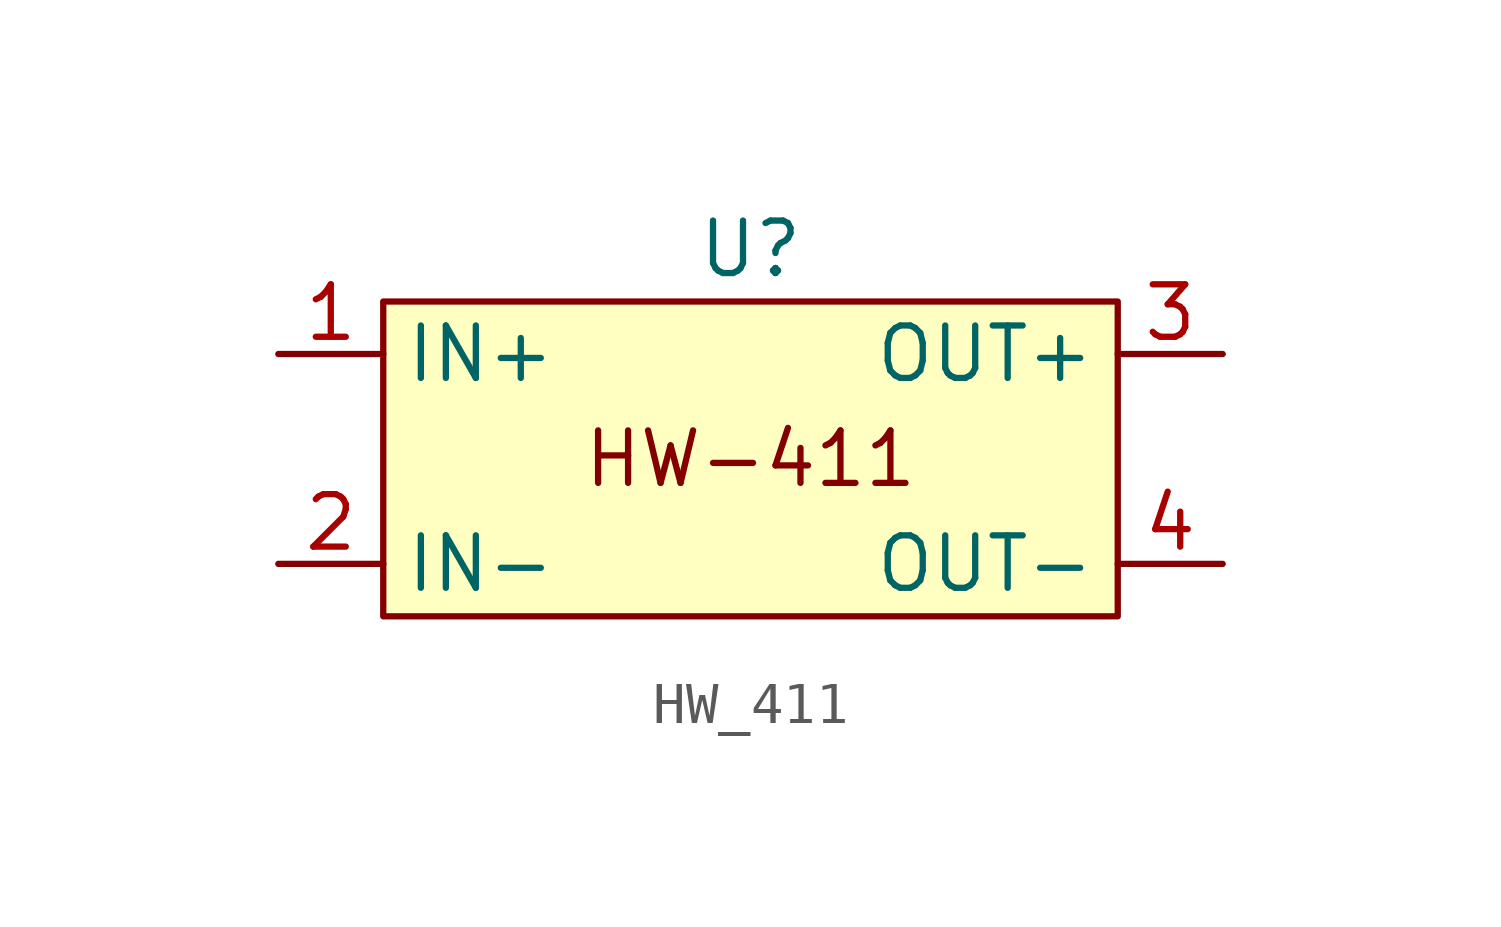
<source format=kicad_sym>
(kicad_symbol_lib
  (version 20220914)
  (generator kicad_symbol_editor)
  (symbol "HW_411"
    (property "Reference" "U"
      (at 0 8.89 0)
      (effects (font (size 1.27 1.27))))
    (property "Value" ""
      (at 0 0 0)
      (effects (font (size 1.27 1.27))))
    (symbol "HW_411_1_1"
      (rectangle (start -8.89 7.62) (end 8.89 0) (stroke (width 0) (type default)) (fill (type background)))
      (text "HW-411" (at 0 3.81 0) (effects (font (size 1.27 1.27))))
      (pin input line (at -11.43 6.35 0) (length 2.54) (name "IN+" (effects (font (size 1.27 1.27)))) (number "1" (effects (font (size 1.27 1.27)))))
      (pin input line (at -11.43 1.27 0) (length 2.54) (name "IN-" (effects (font (size 1.27 1.27)))) (number "2" (effects (font (size 1.27 1.27)))))
      (pin output line (at 11.43 6.35 180) (length 2.54) (name "OUT+" (effects (font (size 1.27 1.27)))) (number "3" (effects (font (size 1.27 1.27)))))
      (pin output line (at 11.43 1.27 180) (length 2.54) (name "OUT-" (effects (font (size 1.27 1.27)))) (number "4" (effects (font (size 1.27 1.27))))))))
</source>
